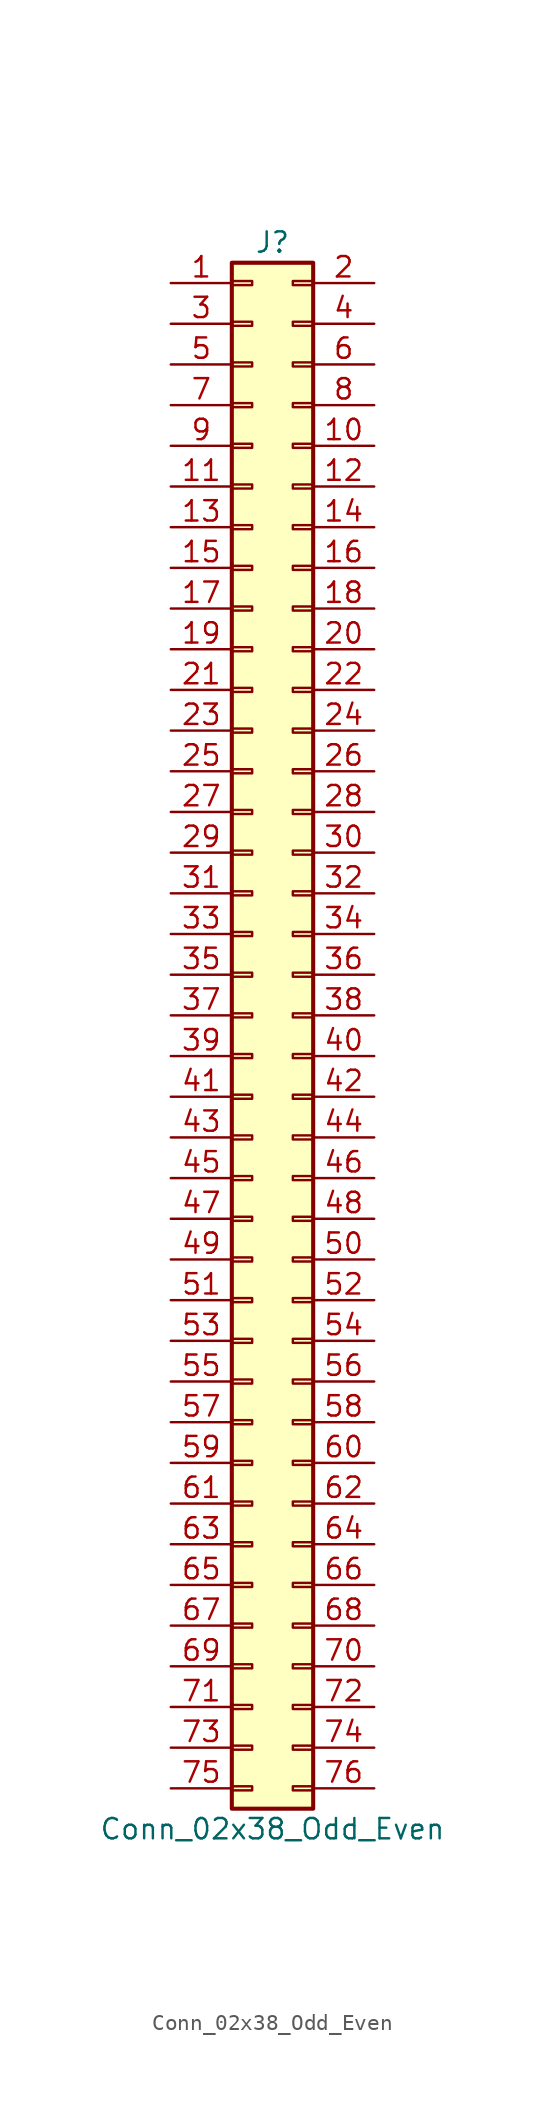
<source format=kicad_sym>
(kicad_symbol_lib
  (version 20220914)
  (generator kicad_symbol_editor)
  (symbol "Conn_02x38_Odd_Even"
    (pin_names
      (offset 1.016) hide)
    (property "Reference" "J"
      (at 1.27 48.26 0)
      (effects (font (size 1.27 1.27))))
    (property "Value" "Conn_02x38_Odd_Even"
      (at 1.27 -50.8 0)
      (effects (font (size 1.27 1.27))))
    (symbol "Conn_02x38_Odd_Even_1_1"
      (rectangle (start -1.27 -48.133) (end 0 -48.387) (stroke (width 0.152) (type solid)) (fill (type none)))
      (rectangle (start -1.27 -45.593) (end 0 -45.847) (stroke (width 0.152) (type solid)) (fill (type none)))
      (rectangle (start -1.27 -43.053) (end 0 -43.307) (stroke (width 0.152) (type solid)) (fill (type none)))
      (rectangle (start -1.27 -40.513) (end 0 -40.767) (stroke (width 0.152) (type solid)) (fill (type none)))
      (rectangle (start -1.27 -37.973) (end 0 -38.227) (stroke (width 0.152) (type solid)) (fill (type none)))
      (rectangle (start -1.27 -35.433) (end 0 -35.687) (stroke (width 0.152) (type solid)) (fill (type none)))
      (rectangle (start -1.27 -32.893) (end 0 -33.147) (stroke (width 0.152) (type solid)) (fill (type none)))
      (rectangle (start -1.27 -30.353) (end 0 -30.607) (stroke (width 0.152) (type solid)) (fill (type none)))
      (rectangle (start -1.27 -27.813) (end 0 -28.067) (stroke (width 0.152) (type solid)) (fill (type none)))
      (rectangle (start -1.27 -25.273) (end 0 -25.527) (stroke (width 0.152) (type solid)) (fill (type none)))
      (rectangle (start -1.27 -22.733) (end 0 -22.987) (stroke (width 0.152) (type solid)) (fill (type none)))
      (rectangle (start -1.27 -20.193) (end 0 -20.447) (stroke (width 0.152) (type solid)) (fill (type none)))
      (rectangle (start -1.27 -17.653) (end 0 -17.907) (stroke (width 0.152) (type solid)) (fill (type none)))
      (rectangle (start -1.27 -15.113) (end 0 -15.367) (stroke (width 0.152) (type solid)) (fill (type none)))
      (rectangle (start -1.27 -12.573) (end 0 -12.827) (stroke (width 0.152) (type solid)) (fill (type none)))
      (rectangle (start -1.27 -10.033) (end 0 -10.287) (stroke (width 0.152) (type solid)) (fill (type none)))
      (rectangle (start -1.27 -7.493) (end 0 -7.747) (stroke (width 0.152) (type solid)) (fill (type none)))
      (rectangle (start -1.27 -4.953) (end 0 -5.207) (stroke (width 0.152) (type solid)) (fill (type none)))
      (rectangle (start -1.27 -2.413) (end 0 -2.667) (stroke (width 0.152) (type solid)) (fill (type none)))
      (rectangle (start -1.27 0.127) (end 0 -0.127) (stroke (width 0.152) (type solid)) (fill (type none)))
      (rectangle (start -1.27 2.667) (end 0 2.413) (stroke (width 0.152) (type solid)) (fill (type none)))
      (rectangle (start -1.27 5.207) (end 0 4.953) (stroke (width 0.152) (type solid)) (fill (type none)))
      (rectangle (start -1.27 7.747) (end 0 7.493) (stroke (width 0.152) (type solid)) (fill (type none)))
      (rectangle (start -1.27 10.287) (end 0 10.033) (stroke (width 0.152) (type solid)) (fill (type none)))
      (rectangle (start -1.27 12.827) (end 0 12.573) (stroke (width 0.152) (type solid)) (fill (type none)))
      (rectangle (start -1.27 15.367) (end 0 15.113) (stroke (width 0.152) (type solid)) (fill (type none)))
      (rectangle (start -1.27 17.907) (end 0 17.653) (stroke (width 0.152) (type solid)) (fill (type none)))
      (rectangle (start -1.27 20.447) (end 0 20.193) (stroke (width 0.152) (type solid)) (fill (type none)))
      (rectangle (start -1.27 22.987) (end 0 22.733) (stroke (width 0.152) (type solid)) (fill (type none)))
      (rectangle (start -1.27 25.527) (end 0 25.273) (stroke (width 0.152) (type solid)) (fill (type none)))
      (rectangle (start -1.27 28.067) (end 0 27.813) (stroke (width 0.152) (type solid)) (fill (type none)))
      (rectangle (start -1.27 30.607) (end 0 30.353) (stroke (width 0.152) (type solid)) (fill (type none)))
      (rectangle (start -1.27 33.147) (end 0 32.893) (stroke (width 0.152) (type solid)) (fill (type none)))
      (rectangle (start -1.27 35.687) (end 0 35.433) (stroke (width 0.152) (type solid)) (fill (type none)))
      (rectangle (start -1.27 38.227) (end 0 37.973) (stroke (width 0.152) (type solid)) (fill (type none)))
      (rectangle (start -1.27 40.767) (end 0 40.513) (stroke (width 0.152) (type solid)) (fill (type none)))
      (rectangle (start -1.27 43.307) (end 0 43.053) (stroke (width 0.152) (type solid)) (fill (type none)))
      (rectangle (start -1.27 45.847) (end 0 45.593) (stroke (width 0.152) (type solid)) (fill (type none)))
      (rectangle (start -1.27 46.99) (end 3.81 -49.53) (stroke (width 0.254) (type solid)) (fill (type background)))
      (rectangle (start 3.81 -48.133) (end 2.54 -48.387) (stroke (width 0.152) (type solid)) (fill (type none)))
      (rectangle (start 3.81 -45.593) (end 2.54 -45.847) (stroke (width 0.152) (type solid)) (fill (type none)))
      (rectangle (start 3.81 -43.053) (end 2.54 -43.307) (stroke (width 0.152) (type solid)) (fill (type none)))
      (rectangle (start 3.81 -40.513) (end 2.54 -40.767) (stroke (width 0.152) (type solid)) (fill (type none)))
      (rectangle (start 3.81 -37.973) (end 2.54 -38.227) (stroke (width 0.152) (type solid)) (fill (type none)))
      (rectangle (start 3.81 -35.433) (end 2.54 -35.687) (stroke (width 0.152) (type solid)) (fill (type none)))
      (rectangle (start 3.81 -32.893) (end 2.54 -33.147) (stroke (width 0.152) (type solid)) (fill (type none)))
      (rectangle (start 3.81 -30.353) (end 2.54 -30.607) (stroke (width 0.152) (type solid)) (fill (type none)))
      (rectangle (start 3.81 -27.813) (end 2.54 -28.067) (stroke (width 0.152) (type solid)) (fill (type none)))
      (rectangle (start 3.81 -25.273) (end 2.54 -25.527) (stroke (width 0.152) (type solid)) (fill (type none)))
      (rectangle (start 3.81 -22.733) (end 2.54 -22.987) (stroke (width 0.152) (type solid)) (fill (type none)))
      (rectangle (start 3.81 -20.193) (end 2.54 -20.447) (stroke (width 0.152) (type solid)) (fill (type none)))
      (rectangle (start 3.81 -17.653) (end 2.54 -17.907) (stroke (width 0.152) (type solid)) (fill (type none)))
      (rectangle (start 3.81 -15.113) (end 2.54 -15.367) (stroke (width 0.152) (type solid)) (fill (type none)))
      (rectangle (start 3.81 -12.573) (end 2.54 -12.827) (stroke (width 0.152) (type solid)) (fill (type none)))
      (rectangle (start 3.81 -10.033) (end 2.54 -10.287) (stroke (width 0.152) (type solid)) (fill (type none)))
      (rectangle (start 3.81 -7.493) (end 2.54 -7.747) (stroke (width 0.152) (type solid)) (fill (type none)))
      (rectangle (start 3.81 -4.953) (end 2.54 -5.207) (stroke (width 0.152) (type solid)) (fill (type none)))
      (rectangle (start 3.81 -2.413) (end 2.54 -2.667) (stroke (width 0.152) (type solid)) (fill (type none)))
      (rectangle (start 3.81 0.127) (end 2.54 -0.127) (stroke (width 0.152) (type solid)) (fill (type none)))
      (rectangle (start 3.81 2.667) (end 2.54 2.413) (stroke (width 0.152) (type solid)) (fill (type none)))
      (rectangle (start 3.81 5.207) (end 2.54 4.953) (stroke (width 0.152) (type solid)) (fill (type none)))
      (rectangle (start 3.81 7.747) (end 2.54 7.493) (stroke (width 0.152) (type solid)) (fill (type none)))
      (rectangle (start 3.81 10.287) (end 2.54 10.033) (stroke (width 0.152) (type solid)) (fill (type none)))
      (rectangle (start 3.81 12.827) (end 2.54 12.573) (stroke (width 0.152) (type solid)) (fill (type none)))
      (rectangle (start 3.81 15.367) (end 2.54 15.113) (stroke (width 0.152) (type solid)) (fill (type none)))
      (rectangle (start 3.81 17.907) (end 2.54 17.653) (stroke (width 0.152) (type solid)) (fill (type none)))
      (rectangle (start 3.81 20.447) (end 2.54 20.193) (stroke (width 0.152) (type solid)) (fill (type none)))
      (rectangle (start 3.81 22.987) (end 2.54 22.733) (stroke (width 0.152) (type solid)) (fill (type none)))
      (rectangle (start 3.81 25.527) (end 2.54 25.273) (stroke (width 0.152) (type solid)) (fill (type none)))
      (rectangle (start 3.81 28.067) (end 2.54 27.813) (stroke (width 0.152) (type solid)) (fill (type none)))
      (rectangle (start 3.81 30.607) (end 2.54 30.353) (stroke (width 0.152) (type solid)) (fill (type none)))
      (rectangle (start 3.81 33.147) (end 2.54 32.893) (stroke (width 0.152) (type solid)) (fill (type none)))
      (rectangle (start 3.81 35.687) (end 2.54 35.433) (stroke (width 0.152) (type solid)) (fill (type none)))
      (rectangle (start 3.81 38.227) (end 2.54 37.973) (stroke (width 0.152) (type solid)) (fill (type none)))
      (rectangle (start 3.81 40.767) (end 2.54 40.513) (stroke (width 0.152) (type solid)) (fill (type none)))
      (rectangle (start 3.81 43.307) (end 2.54 43.053) (stroke (width 0.152) (type solid)) (fill (type none)))
      (rectangle (start 3.81 45.847) (end 2.54 45.593) (stroke (width 0.152) (type solid)) (fill (type none)))
      (pin passive line (at -5.08 45.72 0) (length 3.81) (name "Pin_1" (effects (font (size 1.27 1.27)))) (number "1" (effects (font (size 1.27 1.27)))))
      (pin passive line (at 7.62 35.56 180) (length 3.81) (name "Pin_10" (effects (font (size 1.27 1.27)))) (number "10" (effects (font (size 1.27 1.27)))))
      (pin passive line (at -5.08 33.02 0) (length 3.81) (name "Pin_11" (effects (font (size 1.27 1.27)))) (number "11" (effects (font (size 1.27 1.27)))))
      (pin passive line (at 7.62 33.02 180) (length 3.81) (name "Pin_12" (effects (font (size 1.27 1.27)))) (number "12" (effects (font (size 1.27 1.27)))))
      (pin passive line (at -5.08 30.48 0) (length 3.81) (name "Pin_13" (effects (font (size 1.27 1.27)))) (number "13" (effects (font (size 1.27 1.27)))))
      (pin passive line (at 7.62 30.48 180) (length 3.81) (name "Pin_14" (effects (font (size 1.27 1.27)))) (number "14" (effects (font (size 1.27 1.27)))))
      (pin passive line (at -5.08 27.94 0) (length 3.81) (name "Pin_15" (effects (font (size 1.27 1.27)))) (number "15" (effects (font (size 1.27 1.27)))))
      (pin passive line (at 7.62 27.94 180) (length 3.81) (name "Pin_16" (effects (font (size 1.27 1.27)))) (number "16" (effects (font (size 1.27 1.27)))))
      (pin passive line (at -5.08 25.4 0) (length 3.81) (name "Pin_17" (effects (font (size 1.27 1.27)))) (number "17" (effects (font (size 1.27 1.27)))))
      (pin passive line (at 7.62 25.4 180) (length 3.81) (name "Pin_18" (effects (font (size 1.27 1.27)))) (number "18" (effects (font (size 1.27 1.27)))))
      (pin passive line (at -5.08 22.86 0) (length 3.81) (name "Pin_19" (effects (font (size 1.27 1.27)))) (number "19" (effects (font (size 1.27 1.27)))))
      (pin passive line (at 7.62 45.72 180) (length 3.81) (name "Pin_2" (effects (font (size 1.27 1.27)))) (number "2" (effects (font (size 1.27 1.27)))))
      (pin passive line (at 7.62 22.86 180) (length 3.81) (name "Pin_20" (effects (font (size 1.27 1.27)))) (number "20" (effects (font (size 1.27 1.27)))))
      (pin passive line (at -5.08 20.32 0) (length 3.81) (name "Pin_21" (effects (font (size 1.27 1.27)))) (number "21" (effects (font (size 1.27 1.27)))))
      (pin passive line (at 7.62 20.32 180) (length 3.81) (name "Pin_22" (effects (font (size 1.27 1.27)))) (number "22" (effects (font (size 1.27 1.27)))))
      (pin passive line (at -5.08 17.78 0) (length 3.81) (name "Pin_23" (effects (font (size 1.27 1.27)))) (number "23" (effects (font (size 1.27 1.27)))))
      (pin passive line (at 7.62 17.78 180) (length 3.81) (name "Pin_24" (effects (font (size 1.27 1.27)))) (number "24" (effects (font (size 1.27 1.27)))))
      (pin passive line (at -5.08 15.24 0) (length 3.81) (name "Pin_25" (effects (font (size 1.27 1.27)))) (number "25" (effects (font (size 1.27 1.27)))))
      (pin passive line (at 7.62 15.24 180) (length 3.81) (name "Pin_26" (effects (font (size 1.27 1.27)))) (number "26" (effects (font (size 1.27 1.27)))))
      (pin passive line (at -5.08 12.7 0) (length 3.81) (name "Pin_27" (effects (font (size 1.27 1.27)))) (number "27" (effects (font (size 1.27 1.27)))))
      (pin passive line (at 7.62 12.7 180) (length 3.81) (name "Pin_28" (effects (font (size 1.27 1.27)))) (number "28" (effects (font (size 1.27 1.27)))))
      (pin passive line (at -5.08 10.16 0) (length 3.81) (name "Pin_29" (effects (font (size 1.27 1.27)))) (number "29" (effects (font (size 1.27 1.27)))))
      (pin passive line (at -5.08 43.18 0) (length 3.81) (name "Pin_3" (effects (font (size 1.27 1.27)))) (number "3" (effects (font (size 1.27 1.27)))))
      (pin passive line (at 7.62 10.16 180) (length 3.81) (name "Pin_30" (effects (font (size 1.27 1.27)))) (number "30" (effects (font (size 1.27 1.27)))))
      (pin passive line (at -5.08 7.62 0) (length 3.81) (name "Pin_31" (effects (font (size 1.27 1.27)))) (number "31" (effects (font (size 1.27 1.27)))))
      (pin passive line (at 7.62 7.62 180) (length 3.81) (name "Pin_32" (effects (font (size 1.27 1.27)))) (number "32" (effects (font (size 1.27 1.27)))))
      (pin passive line (at -5.08 5.08 0) (length 3.81) (name "Pin_33" (effects (font (size 1.27 1.27)))) (number "33" (effects (font (size 1.27 1.27)))))
      (pin passive line (at 7.62 5.08 180) (length 3.81) (name "Pin_34" (effects (font (size 1.27 1.27)))) (number "34" (effects (font (size 1.27 1.27)))))
      (pin passive line (at -5.08 2.54 0) (length 3.81) (name "Pin_35" (effects (font (size 1.27 1.27)))) (number "35" (effects (font (size 1.27 1.27)))))
      (pin passive line (at 7.62 2.54 180) (length 3.81) (name "Pin_36" (effects (font (size 1.27 1.27)))) (number "36" (effects (font (size 1.27 1.27)))))
      (pin passive line (at -5.08 0 0) (length 3.81) (name "Pin_37" (effects (font (size 1.27 1.27)))) (number "37" (effects (font (size 1.27 1.27)))))
      (pin passive line (at 7.62 0 180) (length 3.81) (name "Pin_38" (effects (font (size 1.27 1.27)))) (number "38" (effects (font (size 1.27 1.27)))))
      (pin passive line (at -5.08 -2.54 0) (length 3.81) (name "Pin_39" (effects (font (size 1.27 1.27)))) (number "39" (effects (font (size 1.27 1.27)))))
      (pin passive line (at 7.62 43.18 180) (length 3.81) (name "Pin_4" (effects (font (size 1.27 1.27)))) (number "4" (effects (font (size 1.27 1.27)))))
      (pin passive line (at 7.62 -2.54 180) (length 3.81) (name "Pin_40" (effects (font (size 1.27 1.27)))) (number "40" (effects (font (size 1.27 1.27)))))
      (pin passive line (at -5.08 -5.08 0) (length 3.81) (name "Pin_41" (effects (font (size 1.27 1.27)))) (number "41" (effects (font (size 1.27 1.27)))))
      (pin passive line (at 7.62 -5.08 180) (length 3.81) (name "Pin_42" (effects (font (size 1.27 1.27)))) (number "42" (effects (font (size 1.27 1.27)))))
      (pin passive line (at -5.08 -7.62 0) (length 3.81) (name "Pin_43" (effects (font (size 1.27 1.27)))) (number "43" (effects (font (size 1.27 1.27)))))
      (pin passive line (at 7.62 -7.62 180) (length 3.81) (name "Pin_44" (effects (font (size 1.27 1.27)))) (number "44" (effects (font (size 1.27 1.27)))))
      (pin passive line (at -5.08 -10.16 0) (length 3.81) (name "Pin_45" (effects (font (size 1.27 1.27)))) (number "45" (effects (font (size 1.27 1.27)))))
      (pin passive line (at 7.62 -10.16 180) (length 3.81) (name "Pin_46" (effects (font (size 1.27 1.27)))) (number "46" (effects (font (size 1.27 1.27)))))
      (pin passive line (at -5.08 -12.7 0) (length 3.81) (name "Pin_47" (effects (font (size 1.27 1.27)))) (number "47" (effects (font (size 1.27 1.27)))))
      (pin passive line (at 7.62 -12.7 180) (length 3.81) (name "Pin_48" (effects (font (size 1.27 1.27)))) (number "48" (effects (font (size 1.27 1.27)))))
      (pin passive line (at -5.08 -15.24 0) (length 3.81) (name "Pin_49" (effects (font (size 1.27 1.27)))) (number "49" (effects (font (size 1.27 1.27)))))
      (pin passive line (at -5.08 40.64 0) (length 3.81) (name "Pin_5" (effects (font (size 1.27 1.27)))) (number "5" (effects (font (size 1.27 1.27)))))
      (pin passive line (at 7.62 -15.24 180) (length 3.81) (name "Pin_50" (effects (font (size 1.27 1.27)))) (number "50" (effects (font (size 1.27 1.27)))))
      (pin passive line (at -5.08 -17.78 0) (length 3.81) (name "Pin_51" (effects (font (size 1.27 1.27)))) (number "51" (effects (font (size 1.27 1.27)))))
      (pin passive line (at 7.62 -17.78 180) (length 3.81) (name "Pin_52" (effects (font (size 1.27 1.27)))) (number "52" (effects (font (size 1.27 1.27)))))
      (pin passive line (at -5.08 -20.32 0) (length 3.81) (name "Pin_53" (effects (font (size 1.27 1.27)))) (number "53" (effects (font (size 1.27 1.27)))))
      (pin passive line (at 7.62 -20.32 180) (length 3.81) (name "Pin_54" (effects (font (size 1.27 1.27)))) (number "54" (effects (font (size 1.27 1.27)))))
      (pin passive line (at -5.08 -22.86 0) (length 3.81) (name "Pin_55" (effects (font (size 1.27 1.27)))) (number "55" (effects (font (size 1.27 1.27)))))
      (pin passive line (at 7.62 -22.86 180) (length 3.81) (name "Pin_56" (effects (font (size 1.27 1.27)))) (number "56" (effects (font (size 1.27 1.27)))))
      (pin passive line (at -5.08 -25.4 0) (length 3.81) (name "Pin_57" (effects (font (size 1.27 1.27)))) (number "57" (effects (font (size 1.27 1.27)))))
      (pin passive line (at 7.62 -25.4 180) (length 3.81) (name "Pin_58" (effects (font (size 1.27 1.27)))) (number "58" (effects (font (size 1.27 1.27)))))
      (pin passive line (at -5.08 -27.94 0) (length 3.81) (name "Pin_59" (effects (font (size 1.27 1.27)))) (number "59" (effects (font (size 1.27 1.27)))))
      (pin passive line (at 7.62 40.64 180) (length 3.81) (name "Pin_6" (effects (font (size 1.27 1.27)))) (number "6" (effects (font (size 1.27 1.27)))))
      (pin passive line (at 7.62 -27.94 180) (length 3.81) (name "Pin_60" (effects (font (size 1.27 1.27)))) (number "60" (effects (font (size 1.27 1.27)))))
      (pin passive line (at -5.08 -30.48 0) (length 3.81) (name "Pin_61" (effects (font (size 1.27 1.27)))) (number "61" (effects (font (size 1.27 1.27)))))
      (pin passive line (at 7.62 -30.48 180) (length 3.81) (name "Pin_62" (effects (font (size 1.27 1.27)))) (number "62" (effects (font (size 1.27 1.27)))))
      (pin passive line (at -5.08 -33.02 0) (length 3.81) (name "Pin_63" (effects (font (size 1.27 1.27)))) (number "63" (effects (font (size 1.27 1.27)))))
      (pin passive line (at 7.62 -33.02 180) (length 3.81) (name "Pin_64" (effects (font (size 1.27 1.27)))) (number "64" (effects (font (size 1.27 1.27)))))
      (pin passive line (at -5.08 -35.56 0) (length 3.81) (name "Pin_65" (effects (font (size 1.27 1.27)))) (number "65" (effects (font (size 1.27 1.27)))))
      (pin passive line (at 7.62 -35.56 180) (length 3.81) (name "Pin_66" (effects (font (size 1.27 1.27)))) (number "66" (effects (font (size 1.27 1.27)))))
      (pin passive line (at -5.08 -38.1 0) (length 3.81) (name "Pin_67" (effects (font (size 1.27 1.27)))) (number "67" (effects (font (size 1.27 1.27)))))
      (pin passive line (at 7.62 -38.1 180) (length 3.81) (name "Pin_68" (effects (font (size 1.27 1.27)))) (number "68" (effects (font (size 1.27 1.27)))))
      (pin passive line (at -5.08 -40.64 0) (length 3.81) (name "Pin_69" (effects (font (size 1.27 1.27)))) (number "69" (effects (font (size 1.27 1.27)))))
      (pin passive line (at -5.08 38.1 0) (length 3.81) (name "Pin_7" (effects (font (size 1.27 1.27)))) (number "7" (effects (font (size 1.27 1.27)))))
      (pin passive line (at 7.62 -40.64 180) (length 3.81) (name "Pin_70" (effects (font (size 1.27 1.27)))) (number "70" (effects (font (size 1.27 1.27)))))
      (pin passive line (at -5.08 -43.18 0) (length 3.81) (name "Pin_71" (effects (font (size 1.27 1.27)))) (number "71" (effects (font (size 1.27 1.27)))))
      (pin passive line (at 7.62 -43.18 180) (length 3.81) (name "Pin_72" (effects (font (size 1.27 1.27)))) (number "72" (effects (font (size 1.27 1.27)))))
      (pin passive line (at -5.08 -45.72 0) (length 3.81) (name "Pin_73" (effects (font (size 1.27 1.27)))) (number "73" (effects (font (size 1.27 1.27)))))
      (pin passive line (at 7.62 -45.72 180) (length 3.81) (name "Pin_74" (effects (font (size 1.27 1.27)))) (number "74" (effects (font (size 1.27 1.27)))))
      (pin passive line (at -5.08 -48.26 0) (length 3.81) (name "Pin_75" (effects (font (size 1.27 1.27)))) (number "75" (effects (font (size 1.27 1.27)))))
      (pin passive line (at 7.62 -48.26 180) (length 3.81) (name "Pin_76" (effects (font (size 1.27 1.27)))) (number "76" (effects (font (size 1.27 1.27)))))
      (pin passive line (at 7.62 38.1 180) (length 3.81) (name "Pin_8" (effects (font (size 1.27 1.27)))) (number "8" (effects (font (size 1.27 1.27)))))
      (pin passive line (at -5.08 35.56 0) (length 3.81) (name "Pin_9" (effects (font (size 1.27 1.27)))) (number "9" (effects (font (size 1.27 1.27))))))))
</source>
